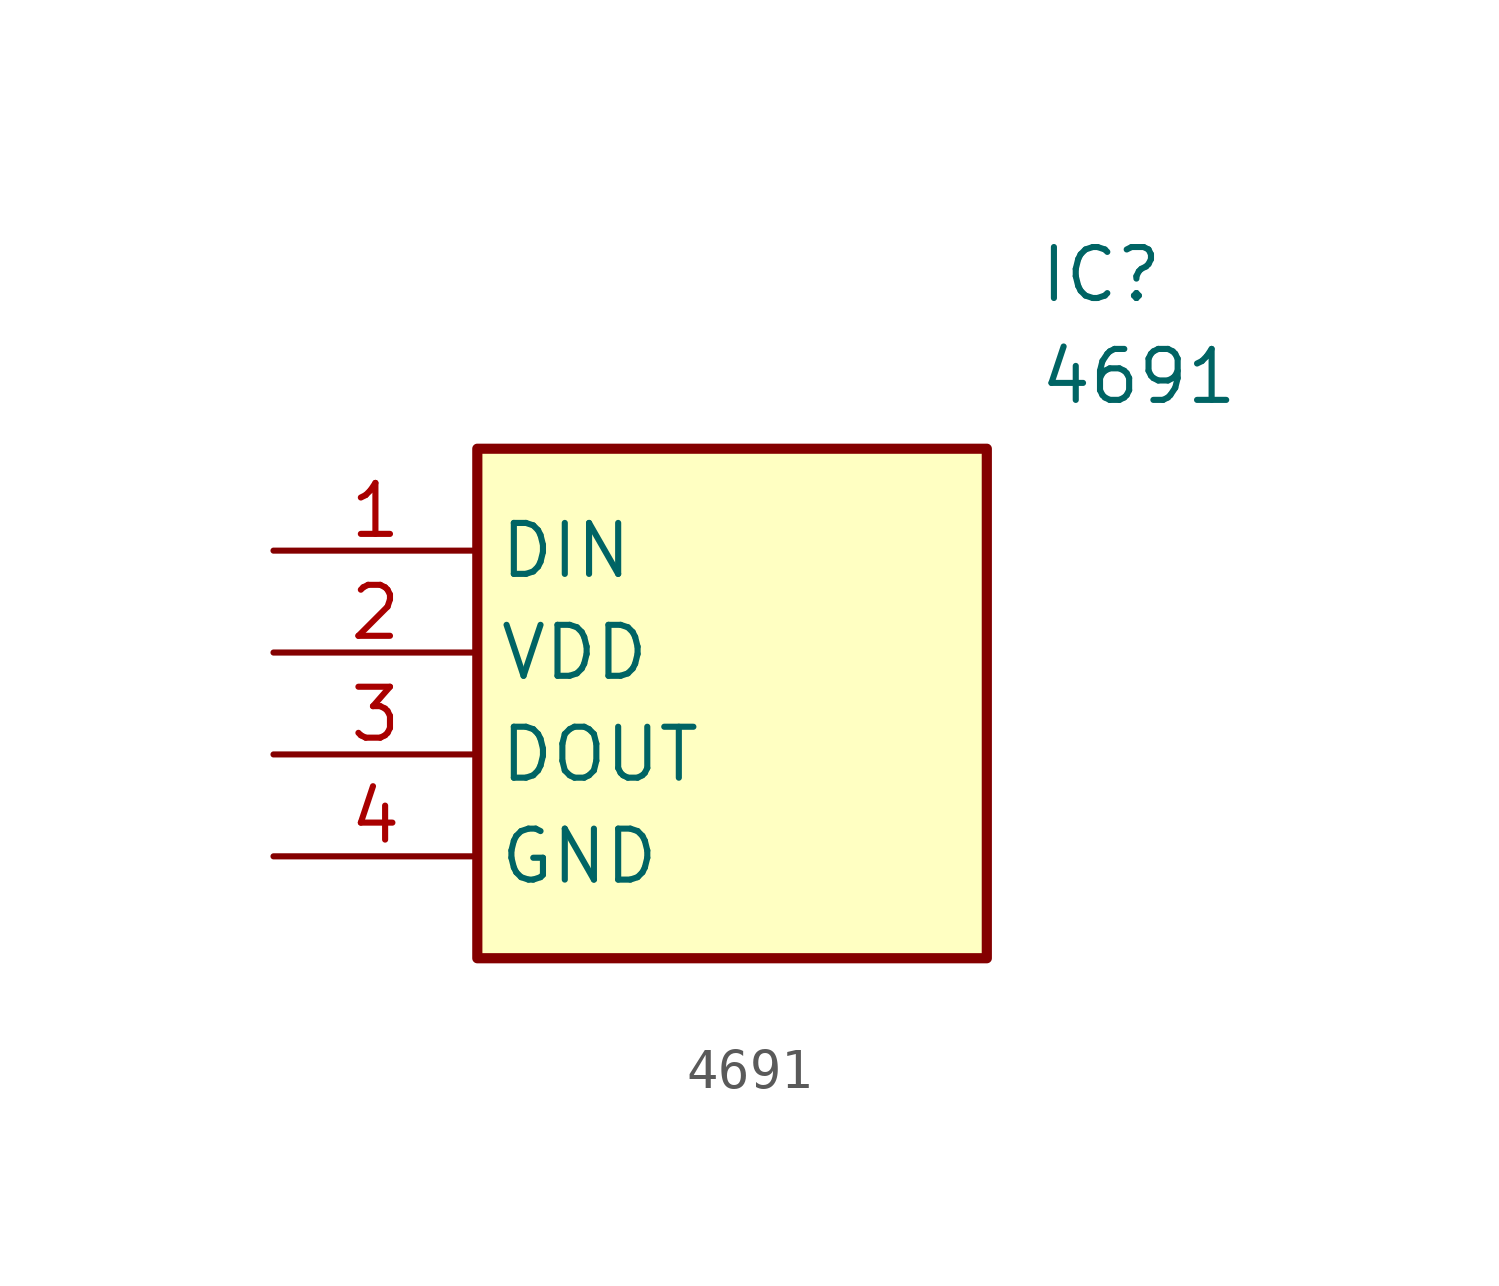
<source format=kicad_sym>
(kicad_symbol_lib
  (version 20211014)
  (generator SamacSys_ECAD_Model)
  (symbol "4691"
    (property "Reference" "IC"
      (at 19.05 7.62 0)
      (effects (font (size 1.27 1.27)) (justify left top)))
    (property "Value" "4691"
      (at 19.05 5.08 0)
      (effects (font (size 1.27 1.27)) (justify left top)))
    (rectangle
      (start 5.08 2.54)
      (end 17.78 -10.16)
      (stroke (width 0.254) (type default))
      (fill (type background)))
    (pin passive line
      (at 0 0 0)
      (length 5.08)
      (name "DIN" (effects (font (size 1.27 1.27))))
      (number "1" (effects (font (size 1.27 1.27)))))
    (pin passive line
      (at 0 -2.54 0)
      (length 5.08)
      (name "VDD" (effects (font (size 1.27 1.27))))
      (number "2" (effects (font (size 1.27 1.27)))))
    (pin passive line
      (at 0 -5.08 0)
      (length 5.08)
      (name "DOUT" (effects (font (size 1.27 1.27))))
      (number "3" (effects (font (size 1.27 1.27)))))
    (pin passive line
      (at 0 -7.62 0)
      (length 5.08)
      (name "GND" (effects (font (size 1.27 1.27))))
      (number "4" (effects (font (size 1.27 1.27)))))))
</source>
